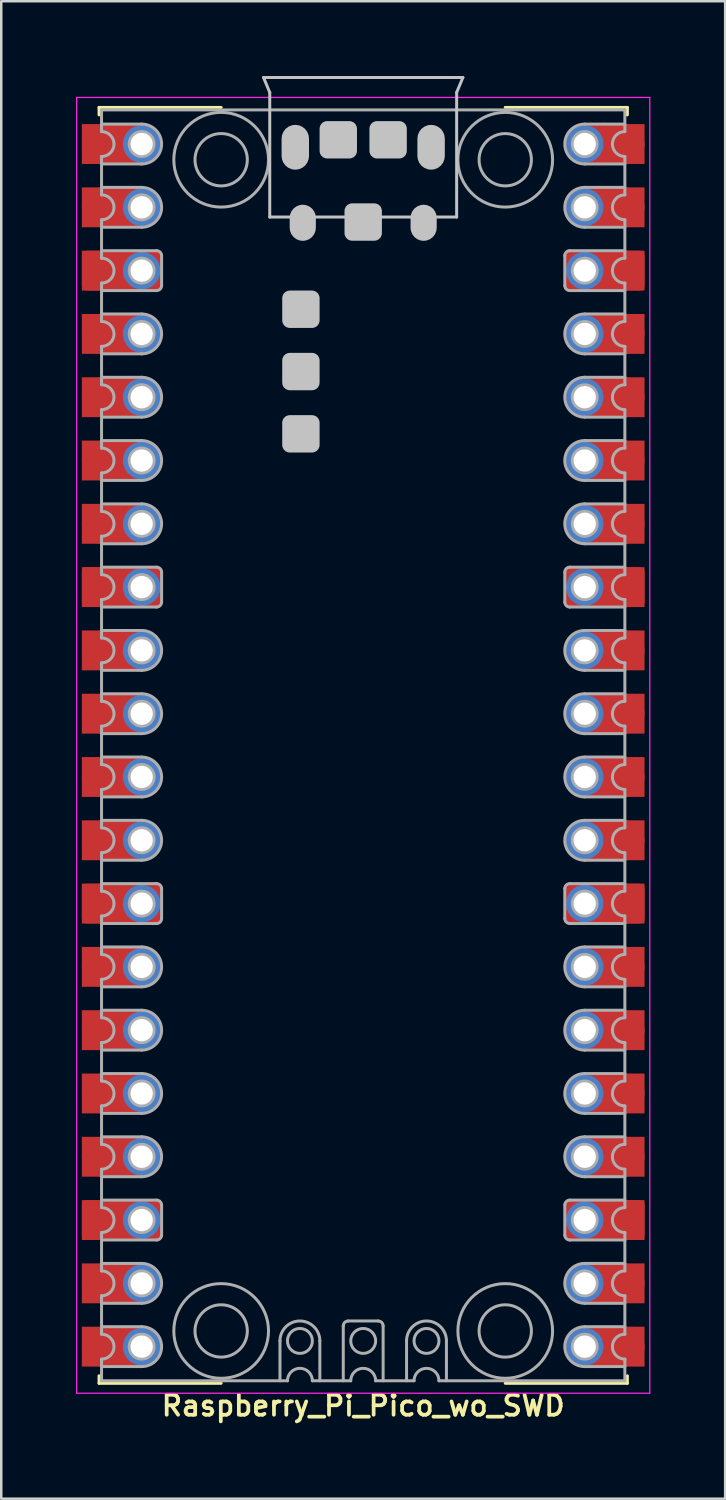
<source format=kicad_pcb>
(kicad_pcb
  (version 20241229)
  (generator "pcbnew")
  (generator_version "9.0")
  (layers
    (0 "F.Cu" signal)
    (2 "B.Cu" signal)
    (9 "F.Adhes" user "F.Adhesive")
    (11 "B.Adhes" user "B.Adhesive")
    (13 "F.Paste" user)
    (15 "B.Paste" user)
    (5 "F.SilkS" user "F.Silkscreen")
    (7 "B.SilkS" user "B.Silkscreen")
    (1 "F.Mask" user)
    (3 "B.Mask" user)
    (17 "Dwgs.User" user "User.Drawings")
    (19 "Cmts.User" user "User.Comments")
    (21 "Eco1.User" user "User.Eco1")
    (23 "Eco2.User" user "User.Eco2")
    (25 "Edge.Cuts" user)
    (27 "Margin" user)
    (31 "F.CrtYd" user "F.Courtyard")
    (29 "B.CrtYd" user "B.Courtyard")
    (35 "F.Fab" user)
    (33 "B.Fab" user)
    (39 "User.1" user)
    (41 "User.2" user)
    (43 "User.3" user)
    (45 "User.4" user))
  (footprint "Raspberry_Pi_Pico_wo_SWD"
    (layer "F.Cu")
    (at 11.525 26.86)
    (property "Reference" "Raspberry_Pi_Pico_wo_SWD" (at 0 26.5 0) (layer "F.SilkS") (effects (font (size 0.8 0.8) (thickness 0.15))))
    (attr through_hole)
    (fp_line (start -10.6 -25.6) (end -10.6 -25.3) (stroke (width 0.12) (type solid)) (layer "F.SilkS"))
    (fp_line (start -10.6 25.6) (end -10.6 25.3) (stroke (width 0.12) (type solid)) (layer "F.SilkS"))
    (fp_line (start -10.6 25.6) (end -5.7 25.6) (stroke (width 0.12) (type solid)) (layer "F.SilkS"))
    (fp_line (start -5.7 -25.6) (end -10.6 -25.6) (stroke (width 0.12) (type solid)) (layer "F.SilkS"))
    (fp_line (start 5.7 25.6) (end 10.6 25.6) (stroke (width 0.12) (type solid)) (layer "F.SilkS"))
    (fp_line (start 10.6 -25.6) (end 5.7 -25.6) (stroke (width 0.12) (type solid)) (layer "F.SilkS"))
    (fp_line (start 10.6 -25.6) (end 10.6 -25.3) (stroke (width 0.12) (type solid)) (layer "F.SilkS"))
    (fp_line (start 10.6 25.6) (end 10.6 25.3) (stroke (width 0.12) (type solid)) (layer "F.SilkS"))
    (fp_line (start -4 -26.8) (end -3.75 -26.2) (stroke (width 0.12) (type solid)) (layer "Dwgs.User"))
    (fp_line (start -4 -26.8) (end 4 -26.8) (stroke (width 0.12) (type solid)) (layer "Dwgs.User"))
    (fp_line (start -3.75 -26.2) (end -3.75 -21.2) (stroke (width 0.12) (type solid)) (layer "Dwgs.User"))
    (fp_line (start -3.75 -21.2) (end 3.75 -21.2) (stroke (width 0.12) (type solid)) (layer "Dwgs.User"))
    (fp_line (start 3.75 -26.2) (end 3.75 -21.2) (stroke (width 0.12) (type solid)) (layer "Dwgs.User"))
    (fp_line (start 4 -26.8) (end 3.75 -26.2) (stroke (width 0.12) (type solid)) (layer "Dwgs.User"))
    (fp_line (start -11.5 -26) (end 11.5 -26) (stroke (width 0.05) (type solid)) (layer "F.CrtYd"))
    (fp_line (start -11.5 26) (end -11.5 -26) (stroke (width 0.05) (type solid)) (layer "F.CrtYd"))
    (fp_line (start -11.5 26) (end 11.5 26) (stroke (width 0.05) (type solid)) (layer "F.CrtYd"))
    (fp_line (start 11.5 -26) (end 11.5 26) (stroke (width 0.05) (type solid)) (layer "F.CrtYd"))
    (fp_line (start -10.5 -25.5) (end -10.5 -24.63) (stroke (width 0.12) (type solid)) (layer "F.Fab"))
    (fp_line (start -10.5 -23.63) (end -10.5 -22.09) (stroke (width 0.12) (type solid)) (layer "F.Fab"))
    (fp_line (start -10.5 -21.09) (end -10.5 -19.55) (stroke (width 0.12) (type solid)) (layer "F.Fab"))
    (fp_line (start -10.5 -18.55) (end -10.5 -17.01) (stroke (width 0.12) (type solid)) (layer "F.Fab"))
    (fp_line (start -10.5 -16.01) (end -10.5 -14.47) (stroke (width 0.12) (type solid)) (layer "F.Fab"))
    (fp_line (start -10.5 -13.47) (end -10.5 -11.93) (stroke (width 0.12) (type solid)) (layer "F.Fab"))
    (fp_line (start -10.5 -10.93) (end -10.5 -9.39) (stroke (width 0.12) (type solid)) (layer "F.Fab"))
    (fp_line (start -10.5 -8.39) (end -10.5 -6.85) (stroke (width 0.12) (type solid)) (layer "F.Fab"))
    (fp_line (start -10.5 -5.85) (end -10.5 -4.31) (stroke (width 0.12) (type solid)) (layer "F.Fab"))
    (fp_line (start -10.5 -3.31) (end -10.5 -1.77) (stroke (width 0.12) (type solid)) (layer "F.Fab"))
    (fp_line (start -10.5 -0.77) (end -10.5 0.77) (stroke (width 0.12) (type solid)) (layer "F.Fab"))
    (fp_line (start -10.5 1.77) (end -10.5 3.31) (stroke (width 0.12) (type solid)) (layer "F.Fab"))
    (fp_line (start -10.5 4.31) (end -10.5 5.85) (stroke (width 0.12) (type solid)) (layer "F.Fab"))
    (fp_line (start -10.5 6.85) (end -10.5 8.39) (stroke (width 0.12) (type solid)) (layer "F.Fab"))
    (fp_line (start -10.5 9.39) (end -10.5 10.93) (stroke (width 0.12) (type solid)) (layer "F.Fab"))
    (fp_line (start -10.5 11.93) (end -10.5 13.47) (stroke (width 0.12) (type solid)) (layer "F.Fab"))
    (fp_line (start -10.5 14.47) (end -10.5 16.01) (stroke (width 0.12) (type solid)) (layer "F.Fab"))
    (fp_line (start -10.5 17.01) (end -10.5 18.55) (stroke (width 0.12) (type solid)) (layer "F.Fab"))
    (fp_line (start -10.5 19.55) (end -10.5 21.09) (stroke (width 0.12) (type solid)) (layer "F.Fab"))
    (fp_line (start -10.5 22.09) (end -10.5 23.63) (stroke (width 0.12) (type solid)) (layer "F.Fab"))
    (fp_line (start -10.5 24.63) (end -10.5 25.5) (stroke (width 0.12) (type solid)) (layer "F.Fab"))
    (fp_line (start -8.89 -24.93) (end -10.5 -24.93) (stroke (width 0.12) (type solid)) (layer "F.Fab"))
    (fp_line (start -8.89 -23.33) (end -10.5 -23.33) (stroke (width 0.12) (type solid)) (layer "F.Fab"))
    (fp_line (start -8.89 -22.39) (end -10.5 -22.39) (stroke (width 0.12) (type solid)) (layer "F.Fab"))
    (fp_line (start -8.89 -20.79) (end -10.5 -20.79) (stroke (width 0.12) (type solid)) (layer "F.Fab"))
    (fp_line (start -8.89 -17.31) (end -10.5 -17.31) (stroke (width 0.12) (type solid)) (layer "F.Fab"))
    (fp_line (start -8.89 -15.71) (end -10.5 -15.71) (stroke (width 0.12) (type solid)) (layer "F.Fab"))
    (fp_line (start -8.89 -14.77) (end -10.5 -14.77) (stroke (width 0.12) (type solid)) (layer "F.Fab"))
    (fp_line (start -8.89 -13.17) (end -10.5 -13.17) (stroke (width 0.12) (type solid)) (layer "F.Fab"))
    (fp_line (start -8.89 -12.23) (end -10.5 -12.23) (stroke (width 0.12) (type solid)) (layer "F.Fab"))
    (fp_line (start -8.89 -10.63) (end -10.5 -10.63) (stroke (width 0.12) (type solid)) (layer "F.Fab"))
    (fp_line (start -8.89 -9.69) (end -10.5 -9.69) (stroke (width 0.12) (type solid)) (layer "F.Fab"))
    (fp_line (start -8.89 -8.09) (end -10.5 -8.09) (stroke (width 0.12) (type solid)) (layer "F.Fab"))
    (fp_line (start -8.89 -4.61) (end -10.5 -4.61) (stroke (width 0.12) (type solid)) (layer "F.Fab"))
    (fp_line (start -8.89 -3.01) (end -10.5 -3.01) (stroke (width 0.12) (type solid)) (layer "F.Fab"))
    (fp_line (start -8.89 -2.07) (end -10.5 -2.07) (stroke (width 0.12) (type solid)) (layer "F.Fab"))
    (fp_line (start -8.89 -0.47) (end -10.5 -0.47) (stroke (width 0.12) (type solid)) (layer "F.Fab"))
    (fp_line (start -8.89 0.47) (end -10.5 0.47) (stroke (width 0.12) (type solid)) (layer "F.Fab"))
    (fp_line (start -8.89 2.07) (end -10.5 2.07) (stroke (width 0.12) (type solid)) (layer "F.Fab"))
    (fp_line (start -8.89 3.01) (end -10.5 3.01) (stroke (width 0.12) (type solid)) (layer "F.Fab"))
    (fp_line (start -8.89 4.61) (end -10.5 4.61) (stroke (width 0.12) (type solid)) (layer "F.Fab"))
    (fp_line (start -8.89 8.09) (end -10.5 8.09) (stroke (width 0.12) (type solid)) (layer "F.Fab"))
    (fp_line (start -8.89 9.69) (end -10.5 9.69) (stroke (width 0.12) (type solid)) (layer "F.Fab"))
    (fp_line (start -8.89 10.63) (end -10.5 10.63) (stroke (width 0.12) (type solid)) (layer "F.Fab"))
    (fp_line (start -8.89 12.23) (end -10.5 12.23) (stroke (width 0.12) (type solid)) (layer "F.Fab"))
    (fp_line (start -8.89 13.17) (end -10.5 13.17) (stroke (width 0.12) (type solid)) (layer "F.Fab"))
    (fp_line (start -8.89 14.77) (end -10.5 14.77) (stroke (width 0.12) (type solid)) (layer "F.Fab"))
    (fp_line (start -8.89 15.71) (end -10.5 15.71) (stroke (width 0.12) (type solid)) (layer "F.Fab"))
    (fp_line (start -8.89 17.31) (end -10.5 17.31) (stroke (width 0.12) (type solid)) (layer "F.Fab"))
    (fp_line (start -8.89 20.79) (end -10.5 20.79) (stroke (width 0.12) (type solid)) (layer "F.Fab"))
    (fp_line (start -8.89 22.39) (end -10.5 22.39) (stroke (width 0.12) (type solid)) (layer "F.Fab"))
    (fp_line (start -8.89 23.33) (end -10.5 23.33) (stroke (width 0.12) (type solid)) (layer "F.Fab"))
    (fp_line (start -8.89 24.93) (end -10.5 24.93) (stroke (width 0.12) (type solid)) (layer "F.Fab"))
    (fp_line (start -8.29 -19.85) (end -10.5 -19.85) (stroke (width 0.12) (type solid)) (layer "F.Fab"))
    (fp_line (start -8.29 -18.25) (end -10.5 -18.25) (stroke (width 0.12) (type solid)) (layer "F.Fab"))
    (fp_line (start -8.29 -7.15) (end -10.5 -7.15) (stroke (width 0.12) (type solid)) (layer "F.Fab"))
    (fp_line (start -8.29 -5.55) (end -10.5 -5.55) (stroke (width 0.12) (type solid)) (layer "F.Fab"))
    (fp_line (start -8.29 5.55) (end -10.5 5.55) (stroke (width 0.12) (type solid)) (layer "F.Fab"))
    (fp_line (start -8.29 7.15) (end -10.5 7.15) (stroke (width 0.12) (type solid)) (layer "F.Fab"))
    (fp_line (start -8.29 18.25) (end -10.5 18.25) (stroke (width 0.12) (type solid)) (layer "F.Fab"))
    (fp_line (start -8.29 19.85) (end -10.5 19.85) (stroke (width 0.12) (type solid)) (layer "F.Fab"))
    (fp_line (start -8.09 -19.65) (end -8.09 -18.45) (stroke (width 0.12) (type solid)) (layer "F.Fab"))
    (fp_line (start -8.09 -6.95) (end -8.09 -5.75) (stroke (width 0.12) (type solid)) (layer "F.Fab"))
    (fp_line (start -8.09 5.75) (end -8.09 6.95) (stroke (width 0.12) (type solid)) (layer "F.Fab"))
    (fp_line (start -8.09 18.45) (end -8.09 19.65) (stroke (width 0.12) (type solid)) (layer "F.Fab"))
    (fp_line (start -3.34 23.9) (end -3.34 25.5) (stroke (width 0.12) (type solid)) (layer "F.Fab"))
    (fp_line (start -3.04 25.5) (end -10.5 25.5) (stroke (width 0.12) (type solid)) (layer "F.Fab"))
    (fp_line (start -1.74 23.9) (end -1.74 25.5) (stroke (width 0.12) (type solid)) (layer "F.Fab"))
    (fp_line (start -0.8 23.3) (end -0.8 25.5) (stroke (width 0.12) (type solid)) (layer "F.Fab"))
    (fp_line (start -0.6 23.1) (end 0.6 23.1) (stroke (width 0.12) (type solid)) (layer "F.Fab"))
    (fp_line (start -0.5 25.5) (end -2.04 25.5) (stroke (width 0.12) (type solid)) (layer "F.Fab"))
    (fp_line (start 0.8 23.3) (end 0.8 25.5) (stroke (width 0.12) (type solid)) (layer "F.Fab"))
    (fp_line (start 1.74 23.9) (end 1.74 25.5) (stroke (width 0.12) (type solid)) (layer "F.Fab"))
    (fp_line (start 2.04 25.5) (end 0.5 25.5) (stroke (width 0.12) (type solid)) (layer "F.Fab"))
    (fp_line (start 3.34 23.9) (end 3.34 25.5) (stroke (width 0.12) (type solid)) (layer "F.Fab"))
    (fp_line (start 8.09 -18.45) (end 8.09 -19.65) (stroke (width 0.12) (type solid)) (layer "F.Fab"))
    (fp_line (start 8.09 -5.75) (end 8.09 -6.95) (stroke (width 0.12) (type solid)) (layer "F.Fab"))
    (fp_line (start 8.09 6.95) (end 8.09 5.75) (stroke (width 0.12) (type solid)) (layer "F.Fab"))
    (fp_line (start 8.09 19.65) (end 8.09 18.45) (stroke (width 0.12) (type solid)) (layer "F.Fab"))
    (fp_line (start 8.29 -19.85) (end 10.5 -19.85) (stroke (width 0.12) (type solid)) (layer "F.Fab"))
    (fp_line (start 8.29 -18.25) (end 10.5 -18.25) (stroke (width 0.12) (type solid)) (layer "F.Fab"))
    (fp_line (start 8.29 -7.15) (end 10.5 -7.15) (stroke (width 0.12) (type solid)) (layer "F.Fab"))
    (fp_line (start 8.29 -5.55) (end 10.5 -5.55) (stroke (width 0.12) (type solid)) (layer "F.Fab"))
    (fp_line (start 8.29 5.55) (end 10.5 5.55) (stroke (width 0.12) (type solid)) (layer "F.Fab"))
    (fp_line (start 8.29 7.15) (end 10.5 7.15) (stroke (width 0.12) (type solid)) (layer "F.Fab"))
    (fp_line (start 8.29 18.25) (end 10.5 18.25) (stroke (width 0.12) (type solid)) (layer "F.Fab"))
    (fp_line (start 8.29 19.85) (end 10.5 19.85) (stroke (width 0.12) (type solid)) (layer "F.Fab"))
    (fp_line (start 8.89 -24.93) (end 10.5 -24.93) (stroke (width 0.12) (type solid)) (layer "F.Fab"))
    (fp_line (start 8.89 -23.33) (end 10.5 -23.33) (stroke (width 0.12) (type solid)) (layer "F.Fab"))
    (fp_line (start 8.89 -22.39) (end 10.5 -22.39) (stroke (width 0.12) (type solid)) (layer "F.Fab"))
    (fp_line (start 8.89 -20.79) (end 10.5 -20.79) (stroke (width 0.12) (type solid)) (layer "F.Fab"))
    (fp_line (start 8.89 -17.31) (end 10.5 -17.31) (stroke (width 0.12) (type solid)) (layer "F.Fab"))
    (fp_line (start 8.89 -15.71) (end 10.5 -15.71) (stroke (width 0.12) (type solid)) (layer "F.Fab"))
    (fp_line (start 8.89 -14.77) (end 10.5 -14.77) (stroke (width 0.12) (type solid)) (layer "F.Fab"))
    (fp_line (start 8.89 -13.17) (end 10.5 -13.17) (stroke (width 0.12) (type solid)) (layer "F.Fab"))
    (fp_line (start 8.89 -12.23) (end 10.5 -12.23) (stroke (width 0.12) (type solid)) (layer "F.Fab"))
    (fp_line (start 8.89 -10.63) (end 10.5 -10.63) (stroke (width 0.12) (type solid)) (layer "F.Fab"))
    (fp_line (start 8.89 -9.69) (end 10.5 -9.69) (stroke (width 0.12) (type solid)) (layer "F.Fab"))
    (fp_line (start 8.89 -8.09) (end 10.5 -8.09) (stroke (width 0.12) (type solid)) (layer "F.Fab"))
    (fp_line (start 8.89 -4.61) (end 10.5 -4.61) (stroke (width 0.12) (type solid)) (layer "F.Fab"))
    (fp_line (start 8.89 -3.01) (end 10.5 -3.01) (stroke (width 0.12) (type solid)) (layer "F.Fab"))
    (fp_line (start 8.89 -2.07) (end 10.5 -2.07) (stroke (width 0.12) (type solid)) (layer "F.Fab"))
    (fp_line (start 8.89 -0.47) (end 10.5 -0.47) (stroke (width 0.12) (type solid)) (layer "F.Fab"))
    (fp_line (start 8.89 0.47) (end 10.5 0.47) (stroke (width 0.12) (type solid)) (layer "F.Fab"))
    (fp_line (start 8.89 2.07) (end 10.5 2.07) (stroke (width 0.12) (type solid)) (layer "F.Fab"))
    (fp_line (start 8.89 3.01) (end 10.5 3.01) (stroke (width 0.12) (type solid)) (layer "F.Fab"))
    (fp_line (start 8.89 4.61) (end 10.5 4.61) (stroke (width 0.12) (type solid)) (layer "F.Fab"))
    (fp_line (start 8.89 8.09) (end 10.5 8.09) (stroke (width 0.12) (type solid)) (layer "F.Fab"))
    (fp_line (start 8.89 9.69) (end 10.5 9.69) (stroke (width 0.12) (type solid)) (layer "F.Fab"))
    (fp_line (start 8.89 10.63) (end 10.5 10.63) (stroke (width 0.12) (type solid)) (layer "F.Fab"))
    (fp_line (start 8.89 12.23) (end 10.5 12.23) (stroke (width 0.12) (type solid)) (layer "F.Fab"))
    (fp_line (start 8.89 13.17) (end 10.5 13.17) (stroke (width 0.12) (type solid)) (layer "F.Fab"))
    (fp_line (start 8.89 14.77) (end 10.5 14.77) (stroke (width 0.12) (type solid)) (layer "F.Fab"))
    (fp_line (start 8.89 15.71) (end 10.5 15.71) (stroke (width 0.12) (type solid)) (layer "F.Fab"))
    (fp_line (start 8.89 17.31) (end 10.5 17.31) (stroke (width 0.12) (type solid)) (layer "F.Fab"))
    (fp_line (start 8.89 20.79) (end 10.5 20.79) (stroke (width 0.12) (type solid)) (layer "F.Fab"))
    (fp_line (start 8.89 22.39) (end 10.5 22.39) (stroke (width 0.12) (type solid)) (layer "F.Fab"))
    (fp_line (start 8.89 23.33) (end 10.5 23.33) (stroke (width 0.12) (type solid)) (layer "F.Fab"))
    (fp_line (start 8.89 24.93) (end 10.5 24.93) (stroke (width 0.12) (type solid)) (layer "F.Fab"))
    (fp_line (start 10.5 -25.5) (end -10.5 -25.5) (stroke (width 0.12) (type solid)) (layer "F.Fab"))
    (fp_line (start 10.5 -25.5) (end 10.5 -24.63) (stroke (width 0.12) (type solid)) (layer "F.Fab"))
    (fp_line (start 10.5 -23.63) (end 10.5 -22.09) (stroke (width 0.12) (type solid)) (layer "F.Fab"))
    (fp_line (start 10.5 -21.09) (end 10.5 -19.55) (stroke (width 0.12) (type solid)) (layer "F.Fab"))
    (fp_line (start 10.5 -18.55) (end 10.5 -17.01) (stroke (width 0.12) (type solid)) (layer "F.Fab"))
    (fp_line (start 10.5 -16.01) (end 10.5 -14.47) (stroke (width 0.12) (type solid)) (layer "F.Fab"))
    (fp_line (start 10.5 -13.47) (end 10.5 -11.93) (stroke (width 0.12) (type solid)) (layer "F.Fab"))
    (fp_line (start 10.5 -10.93) (end 10.5 -9.39) (stroke (width 0.12) (type solid)) (layer "F.Fab"))
    (fp_line (start 10.5 -8.39) (end 10.5 -6.85) (stroke (width 0.12) (type solid)) (layer "F.Fab"))
    (fp_line (start 10.5 -5.85) (end 10.5 -4.31) (stroke (width 0.12) (type solid)) (layer "F.Fab"))
    (fp_line (start 10.5 -3.31) (end 10.5 -1.77) (stroke (width 0.12) (type solid)) (layer "F.Fab"))
    (fp_line (start 10.5 -0.77) (end 10.5 0.77) (stroke (width 0.12) (type solid)) (layer "F.Fab"))
    (fp_line (start 10.5 1.77) (end 10.5 3.31) (stroke (width 0.12) (type solid)) (layer "F.Fab"))
    (fp_line (start 10.5 4.31) (end 10.5 5.85) (stroke (width 0.12) (type solid)) (layer "F.Fab"))
    (fp_line (start 10.5 6.85) (end 10.5 8.39) (stroke (width 0.12) (type solid)) (layer "F.Fab"))
    (fp_line (start 10.5 9.39) (end 10.5 10.93) (stroke (width 0.12) (type solid)) (layer "F.Fab"))
    (fp_line (start 10.5 11.93) (end 10.5 13.47) (stroke (width 0.12) (type solid)) (layer "F.Fab"))
    (fp_line (start 10.5 14.47) (end 10.5 16.01) (stroke (width 0.12) (type solid)) (layer "F.Fab"))
    (fp_line (start 10.5 17.01) (end 10.5 18.55) (stroke (width 0.12) (type solid)) (layer "F.Fab"))
    (fp_line (start 10.5 19.55) (end 10.5 21.09) (stroke (width 0.12) (type solid)) (layer "F.Fab"))
    (fp_line (start 10.5 22.09) (end 10.5 23.63) (stroke (width 0.12) (type solid)) (layer "F.Fab"))
    (fp_line (start 10.5 25.5) (end 3.04 25.5) (stroke (width 0.12) (type solid)) (layer "F.Fab"))
    (fp_line (start 10.5 25.5) (end 10.5 24.63) (stroke (width 0.12) (type solid)) (layer "F.Fab"))
    (fp_arc (start -10.5 -24.63) (mid -10 -24.13) (end -10.5 -23.63) (stroke (width 0.12) (type solid)) (layer "F.Fab"))
    (fp_arc (start -10.5 -22.09) (mid -10 -21.59) (end -10.5 -21.09) (stroke (width 0.12) (type solid)) (layer "F.Fab"))
    (fp_arc (start -10.5 -19.55) (mid -10 -19.05) (end -10.5 -18.55) (stroke (width 0.12) (type solid)) (layer "F.Fab"))
    (fp_arc (start -10.5 -17.01) (mid -10 -16.51) (end -10.5 -16.01) (stroke (width 0.12) (type solid)) (layer "F.Fab"))
    (fp_arc (start -10.5 -14.47) (mid -10 -13.97) (end -10.5 -13.47) (stroke (width 0.12) (type solid)) (layer "F.Fab"))
    (fp_arc (start -10.5 -11.93) (mid -10 -11.43) (end -10.5 -10.93) (stroke (width 0.12) (type solid)) (layer "F.Fab"))
    (fp_arc (start -10.5 -9.39) (mid -10 -8.89) (end -10.5 -8.39) (stroke (width 0.12) (type solid)) (layer "F.Fab"))
    (fp_arc (start -10.5 -6.85) (mid -10 -6.35) (end -10.5 -5.85) (stroke (width 0.12) (type solid)) (layer "F.Fab"))
    (fp_arc (start -10.5 -4.31) (mid -10 -3.81) (end -10.5 -3.31) (stroke (width 0.12) (type solid)) (layer "F.Fab"))
    (fp_arc (start -10.5 -1.77) (mid -10 -1.27) (end -10.5 -0.77) (stroke (width 0.12) (type solid)) (layer "F.Fab"))
    (fp_arc (start -10.5 0.77) (mid -10 1.27) (end -10.5 1.77) (stroke (width 0.12) (type solid)) (layer "F.Fab"))
    (fp_arc (start -10.5 3.31) (mid -10 3.81) (end -10.5 4.31) (stroke (width 0.12) (type solid)) (layer "F.Fab"))
    (fp_arc (start -10.5 5.85) (mid -10 6.35) (end -10.5 6.85) (stroke (width 0.12) (type solid)) (layer "F.Fab"))
    (fp_arc (start -10.5 8.39) (mid -10 8.89) (end -10.5 9.39) (stroke (width 0.12) (type solid)) (layer "F.Fab"))
    (fp_arc (start -10.5 10.93) (mid -10 11.43) (end -10.5 11.93) (stroke (width 0.12) (type solid)) (layer "F.Fab"))
    (fp_arc (start -10.5 13.47) (mid -10 13.97) (end -10.5 14.47) (stroke (width 0.12) (type solid)) (layer "F.Fab"))
    (fp_arc (start -10.5 16.01) (mid -10 16.51) (end -10.5 17.01) (stroke (width 0.12) (type solid)) (layer "F.Fab"))
    (fp_arc (start -10.5 18.55) (mid -10 19.05) (end -10.5 19.55) (stroke (width 0.12) (type solid)) (layer "F.Fab"))
    (fp_arc (start -10.5 21.09) (mid -10 21.59) (end -10.5 22.09) (stroke (width 0.12) (type solid)) (layer "F.Fab"))
    (fp_arc (start -10.5 23.63) (mid -10 24.13) (end -10.5 24.63) (stroke (width 0.12) (type solid)) (layer "F.Fab"))
    (fp_arc (start -8.89 -24.93) (mid -8.09 -24.13) (end -8.89 -23.33) (stroke (width 0.12) (type solid)) (layer "F.Fab"))
    (fp_arc (start -8.89 -22.39) (mid -8.09 -21.59) (end -8.89 -20.79) (stroke (width 0.12) (type solid)) (layer "F.Fab"))
    (fp_arc (start -8.89 -17.31) (mid -8.09 -16.51) (end -8.89 -15.71) (stroke (width 0.12) (type solid)) (layer "F.Fab"))
    (fp_arc (start -8.89 -14.77) (mid -8.09 -13.97) (end -8.89 -13.17) (stroke (width 0.12) (type solid)) (layer "F.Fab"))
    (fp_arc (start -8.89 -12.23) (mid -8.09 -11.43) (end -8.89 -10.63) (stroke (width 0.12) (type solid)) (layer "F.Fab"))
    (fp_arc (start -8.89 -9.69) (mid -8.09 -8.89) (end -8.89 -8.09) (stroke (width 0.12) (type solid)) (layer "F.Fab"))
    (fp_arc (start -8.89 -4.61) (mid -8.09 -3.81) (end -8.89 -3.01) (stroke (width 0.12) (type solid)) (layer "F.Fab"))
    (fp_arc (start -8.89 -2.07) (mid -8.09 -1.27) (end -8.89 -0.47) (stroke (width 0.12) (type solid)) (layer "F.Fab"))
    (fp_arc (start -8.89 0.47) (mid -8.09 1.27) (end -8.89 2.07) (stroke (width 0.12) (type solid)) (layer "F.Fab"))
    (fp_arc (start -8.89 3.01) (mid -8.09 3.81) (end -8.89 4.61) (stroke (width 0.12) (type solid)) (layer "F.Fab"))
    (fp_arc (start -8.89 8.09) (mid -8.09 8.89) (end -8.89 9.69) (stroke (width 0.12) (type solid)) (layer "F.Fab"))
    (fp_arc (start -8.89 10.63) (mid -8.09 11.43) (end -8.89 12.23) (stroke (width 0.12) (type solid)) (layer "F.Fab"))
    (fp_arc (start -8.89 13.17) (mid -8.09 13.97) (end -8.89 14.77) (stroke (width 0.12) (type solid)) (layer "F.Fab"))
    (fp_arc (start -8.89 15.71) (mid -8.09 16.51) (end -8.89 17.31) (stroke (width 0.12) (type solid)) (layer "F.Fab"))
    (fp_arc (start -8.89 20.79) (mid -8.09 21.59) (end -8.89 22.39) (stroke (width 0.12) (type solid)) (layer "F.Fab"))
    (fp_arc (start -8.89 23.33) (mid -8.09 24.13) (end -8.89 24.93) (stroke (width 0.12) (type solid)) (layer "F.Fab"))
    (fp_arc (start -8.29 -19.85) (mid -8.148579 -19.791421) (end -8.09 -19.65) (stroke (width 0.12) (type solid)) (layer "F.Fab"))
    (fp_arc (start -8.29 -7.15) (mid -8.148579 -7.091421) (end -8.09 -6.95) (stroke (width 0.12) (type solid)) (layer "F.Fab"))
    (fp_arc (start -8.29 5.55) (mid -8.148579 5.608579) (end -8.09 5.75) (stroke (width 0.12) (type solid)) (layer "F.Fab"))
    (fp_arc (start -8.29 18.25) (mid -8.148579 18.308579) (end -8.09 18.45) (stroke (width 0.12) (type solid)) (layer "F.Fab"))
    (fp_arc (start -8.09 -18.45) (mid -8.148579 -18.308579) (end -8.29 -18.25) (stroke (width 0.12) (type solid)) (layer "F.Fab"))
    (fp_arc (start -8.09 -5.75) (mid -8.148579 -5.608579) (end -8.29 -5.55) (stroke (width 0.12) (type solid)) (layer "F.Fab"))
    (fp_arc (start -8.09 6.95) (mid -8.148579 7.091421) (end -8.29 7.15) (stroke (width 0.12) (type solid)) (layer "F.Fab"))
    (fp_arc (start -8.09 19.65) (mid -8.148579 19.791421) (end -8.29 19.85) (stroke (width 0.12) (type solid)) (layer "F.Fab"))
    (fp_arc (start -3.34 23.9) (mid -2.54 23.1) (end -1.74 23.9) (stroke (width 0.12) (type solid)) (layer "F.Fab"))
    (fp_arc (start -3.04 25.5) (mid -2.54 25) (end -2.04 25.5) (stroke (width 0.12) (type solid)) (layer "F.Fab"))
    (fp_arc (start -0.8 23.3) (mid -0.741421 23.158579) (end -0.6 23.1) (stroke (width 0.12) (type solid)) (layer "F.Fab"))
    (fp_arc (start -0.5 25.5) (mid 0 25) (end 0.5 25.5) (stroke (width 0.12) (type solid)) (layer "F.Fab"))
    (fp_arc (start 0.6 23.1) (mid 0.741421 23.158579) (end 0.8 23.3) (stroke (width 0.12) (type solid)) (layer "F.Fab"))
    (fp_arc (start 1.74 23.9) (mid 2.54 23.1) (end 3.34 23.9) (stroke (width 0.12) (type solid)) (layer "F.Fab"))
    (fp_arc (start 2.04 25.5) (mid 2.54 25) (end 3.04 25.5) (stroke (width 0.12) (type solid)) (layer "F.Fab"))
    (fp_arc (start 8.09 -19.65) (mid 8.148579 -19.791421) (end 8.29 -19.85) (stroke (width 0.12) (type solid)) (layer "F.Fab"))
    (fp_arc (start 8.09 -6.95) (mid 8.148579 -7.091421) (end 8.29 -7.15) (stroke (width 0.12) (type solid)) (layer "F.Fab"))
    (fp_arc (start 8.09 5.75) (mid 8.148579 5.608579) (end 8.29 5.55) (stroke (width 0.12) (type solid)) (layer "F.Fab"))
    (fp_arc (start 8.09 18.45) (mid 8.148579 18.308579) (end 8.29 18.25) (stroke (width 0.12) (type solid)) (layer "F.Fab"))
    (fp_arc (start 8.29 -18.25) (mid 8.148579 -18.308579) (end 8.09 -18.45) (stroke (width 0.12) (type solid)) (layer "F.Fab"))
    (fp_arc (start 8.29 -5.55) (mid 8.148579 -5.608579) (end 8.09 -5.75) (stroke (width 0.12) (type solid)) (layer "F.Fab"))
    (fp_arc (start 8.29 7.15) (mid 8.148579 7.091421) (end 8.09 6.95) (stroke (width 0.12) (type solid)) (layer "F.Fab"))
    (fp_arc (start 8.29 19.85) (mid 8.148579 19.791421) (end 8.09 19.65) (stroke (width 0.12) (type solid)) (layer "F.Fab"))
    (fp_arc (start 8.89 -23.33) (mid 8.09 -24.13) (end 8.89 -24.93) (stroke (width 0.12) (type solid)) (layer "F.Fab"))
    (fp_arc (start 8.89 -20.79) (mid 8.09 -21.59) (end 8.89 -22.39) (stroke (width 0.12) (type solid)) (layer "F.Fab"))
    (fp_arc (start 8.89 -15.71) (mid 8.09 -16.51) (end 8.89 -17.31) (stroke (width 0.12) (type solid)) (layer "F.Fab"))
    (fp_arc (start 8.89 -13.17) (mid 8.09 -13.97) (end 8.89 -14.77) (stroke (width 0.12) (type solid)) (layer "F.Fab"))
    (fp_arc (start 8.89 -10.63) (mid 8.09 -11.43) (end 8.89 -12.23) (stroke (width 0.12) (type solid)) (layer "F.Fab"))
    (fp_arc (start 8.89 -8.09) (mid 8.09 -8.89) (end 8.89 -9.69) (stroke (width 0.12) (type solid)) (layer "F.Fab"))
    (fp_arc (start 8.89 -3.01) (mid 8.09 -3.81) (end 8.89 -4.61) (stroke (width 0.12) (type solid)) (layer "F.Fab"))
    (fp_arc (start 8.89 -0.47) (mid 8.09 -1.27) (end 8.89 -2.07) (stroke (width 0.12) (type solid)) (layer "F.Fab"))
    (fp_arc (start 8.89 2.07) (mid 8.09 1.27) (end 8.89 0.47) (stroke (width 0.12) (type solid)) (layer "F.Fab"))
    (fp_arc (start 8.89 4.61) (mid 8.09 3.81) (end 8.89 3.01) (stroke (width 0.12) (type solid)) (layer "F.Fab"))
    (fp_arc (start 8.89 9.69) (mid 8.09 8.89) (end 8.89 8.09) (stroke (width 0.12) (type solid)) (layer "F.Fab"))
    (fp_arc (start 8.89 12.23) (mid 8.09 11.43) (end 8.89 10.63) (stroke (width 0.12) (type solid)) (layer "F.Fab"))
    (fp_arc (start 8.89 14.77) (mid 8.09 13.97) (end 8.89 13.17) (stroke (width 0.12) (type solid)) (layer "F.Fab"))
    (fp_arc (start 8.89 17.31) (mid 8.09 16.51) (end 8.89 15.71) (stroke (width 0.12) (type solid)) (layer "F.Fab"))
    (fp_arc (start 8.89 22.39) (mid 8.09 21.59) (end 8.89 20.79) (stroke (width 0.12) (type solid)) (layer "F.Fab"))
    (fp_arc (start 8.89 24.93) (mid 8.09 24.13) (end 8.89 23.33) (stroke (width 0.12) (type solid)) (layer "F.Fab"))
    (fp_arc (start 10.5 -23.63) (mid 10 -24.13) (end 10.5 -24.63) (stroke (width 0.12) (type solid)) (layer "F.Fab"))
    (fp_arc (start 10.5 -21.09) (mid 10 -21.59) (end 10.5 -22.09) (stroke (width 0.12) (type solid)) (layer "F.Fab"))
    (fp_arc (start 10.5 -18.55) (mid 10 -19.05) (end 10.5 -19.55) (stroke (width 0.12) (type solid)) (layer "F.Fab"))
    (fp_arc (start 10.5 -16.01) (mid 10 -16.51) (end 10.5 -17.01) (stroke (width 0.12) (type solid)) (layer "F.Fab"))
    (fp_arc (start 10.5 -13.47) (mid 10 -13.97) (end 10.5 -14.47) (stroke (width 0.12) (type solid)) (layer "F.Fab"))
    (fp_arc (start 10.5 -10.93) (mid 10 -11.43) (end 10.5 -11.93) (stroke (width 0.12) (type solid)) (layer "F.Fab"))
    (fp_arc (start 10.5 -8.39) (mid 10 -8.89) (end 10.5 -9.39) (stroke (width 0.12) (type solid)) (layer "F.Fab"))
    (fp_arc (start 10.5 -5.85) (mid 10 -6.35) (end 10.5 -6.85) (stroke (width 0.12) (type solid)) (layer "F.Fab"))
    (fp_arc (start 10.5 -3.31) (mid 10 -3.81) (end 10.5 -4.31) (stroke (width 0.12) (type solid)) (layer "F.Fab"))
    (fp_arc (start 10.5 -0.77) (mid 10 -1.27) (end 10.5 -1.77) (stroke (width 0.12) (type solid)) (layer "F.Fab"))
    (fp_arc (start 10.5 1.77) (mid 10 1.27) (end 10.5 0.77) (stroke (width 0.12) (type solid)) (layer "F.Fab"))
    (fp_arc (start 10.5 4.31) (mid 10 3.81) (end 10.5 3.31) (stroke (width 0.12) (type solid)) (layer "F.Fab"))
    (fp_arc (start 10.5 6.85) (mid 10 6.35) (end 10.5 5.85) (stroke (width 0.12) (type solid)) (layer "F.Fab"))
    (fp_arc (start 10.5 9.39) (mid 10 8.89) (end 10.5 8.39) (stroke (width 0.12) (type solid)) (layer "F.Fab"))
    (fp_arc (start 10.5 11.93) (mid 10 11.43) (end 10.5 10.93) (stroke (width 0.12) (type solid)) (layer "F.Fab"))
    (fp_arc (start 10.5 14.47) (mid 10 13.97) (end 10.5 13.47) (stroke (width 0.12) (type solid)) (layer "F.Fab"))
    (fp_arc (start 10.5 17.01) (mid 10 16.51) (end 10.5 16.01) (stroke (width 0.12) (type solid)) (layer "F.Fab"))
    (fp_arc (start 10.5 19.55) (mid 10 19.05) (end 10.5 18.55) (stroke (width 0.12) (type solid)) (layer "F.Fab"))
    (fp_arc (start 10.5 22.09) (mid 10 21.59) (end 10.5 21.09) (stroke (width 0.12) (type solid)) (layer "F.Fab"))
    (fp_arc (start 10.5 24.63) (mid 10 24.13) (end 10.5 23.63) (stroke (width 0.12) (type solid)) (layer "F.Fab"))
    (fp_circle (center -8.89 -24.13) (end -8.39 -24.13) (stroke (width 0.12) (type solid)) (fill no) (layer "F.Fab"))
    (fp_circle (center -8.89 -21.59) (end -8.39 -21.59) (stroke (width 0.12) (type solid)) (fill no) (layer "F.Fab"))
    (fp_circle (center -8.89 -19.05) (end -8.39 -19.05) (stroke (width 0.12) (type solid)) (fill no) (layer "F.Fab"))
    (fp_circle (center -8.89 -16.51) (end -8.39 -16.51) (stroke (width 0.12) (type solid)) (fill no) (layer "F.Fab"))
    (fp_circle (center -8.89 -13.97) (end -8.39 -13.97) (stroke (width 0.12) (type solid)) (fill no) (layer "F.Fab"))
    (fp_circle (center -8.89 -11.43) (end -8.39 -11.43) (stroke (width 0.12) (type solid)) (fill no) (layer "F.Fab"))
    (fp_circle (center -8.89 -8.89) (end -8.39 -8.89) (stroke (width 0.12) (type solid)) (fill no) (layer "F.Fab"))
    (fp_circle (center -8.89 -6.35) (end -8.39 -6.35) (stroke (width 0.12) (type solid)) (fill no) (layer "F.Fab"))
    (fp_circle (center -8.89 -3.81) (end -8.39 -3.81) (stroke (width 0.12) (type solid)) (fill no) (layer "F.Fab"))
    (fp_circle (center -8.89 -1.27) (end -8.39 -1.27) (stroke (width 0.12) (type solid)) (fill no) (layer "F.Fab"))
    (fp_circle (center -8.89 1.27) (end -8.39 1.27) (stroke (width 0.12) (type solid)) (fill no) (layer "F.Fab"))
    (fp_circle (center -8.89 3.81) (end -8.39 3.81) (stroke (width 0.12) (type solid)) (fill no) (layer "F.Fab"))
    (fp_circle (center -8.89 6.35) (end -8.39 6.35) (stroke (width 0.12) (type solid)) (fill no) (layer "F.Fab"))
    (fp_circle (center -8.89 8.89) (end -8.39 8.89) (stroke (width 0.12) (type solid)) (fill no) (layer "F.Fab"))
    (fp_circle (center -8.89 11.43) (end -8.39 11.43) (stroke (width 0.12) (type solid)) (fill no) (layer "F.Fab"))
    (fp_circle (center -8.89 13.97) (end -8.39 13.97) (stroke (width 0.12) (type solid)) (fill no) (layer "F.Fab"))
    (fp_circle (center -8.89 16.51) (end -8.39 16.51) (stroke (width 0.12) (type solid)) (fill no) (layer "F.Fab"))
    (fp_circle (center -8.89 19.05) (end -8.39 19.05) (stroke (width 0.12) (type solid)) (fill no) (layer "F.Fab"))
    (fp_circle (center -8.89 21.59) (end -8.39 21.59) (stroke (width 0.12) (type solid)) (fill no) (layer "F.Fab"))
    (fp_circle (center -8.89 24.13) (end -8.39 24.13) (stroke (width 0.12) (type solid)) (fill no) (layer "F.Fab"))
    (fp_circle (center -5.7 -23.5) (end -4.65 -23.5) (stroke (width 0.12) (type solid)) (fill no) (layer "F.Fab"))
    (fp_circle (center -5.7 -23.5) (end -3.8 -23.5) (stroke (width 0.12) (type solid)) (fill no) (layer "F.Fab"))
    (fp_circle (center -5.7 23.5) (end -4.65 23.5) (stroke (width 0.12) (type solid)) (fill no) (layer "F.Fab"))
    (fp_circle (center -5.7 23.5) (end -3.8 23.5) (stroke (width 0.12) (type solid)) (fill no) (layer "F.Fab"))
    (fp_circle (center -2.54 23.9) (end -2.04 23.9) (stroke (width 0.12) (type solid)) (fill no) (layer "F.Fab"))
    (fp_circle (center 0 23.9) (end 0.5 23.9) (stroke (width 0.12) (type solid)) (fill no) (layer "F.Fab"))
    (fp_circle (center 2.54 23.9) (end 3.04 23.9) (stroke (width 0.12) (type solid)) (fill no) (layer "F.Fab"))
    (fp_circle (center 5.7 -23.5) (end 6.75 -23.5) (stroke (width 0.12) (type solid)) (fill no) (layer "F.Fab"))
    (fp_circle (center 5.7 -23.5) (end 7.6 -23.5) (stroke (width 0.12) (type solid)) (fill no) (layer "F.Fab"))
    (fp_circle (center 5.7 23.5) (end 6.75 23.5) (stroke (width 0.12) (type solid)) (fill no) (layer "F.Fab"))
    (fp_circle (center 5.7 23.5) (end 7.6 23.5) (stroke (width 0.12) (type solid)) (fill no) (layer "F.Fab"))
    (fp_circle (center 8.89 -24.13) (end 9.39 -24.13) (stroke (width 0.12) (type solid)) (fill no) (layer "F.Fab"))
    (fp_circle (center 8.89 -21.59) (end 9.39 -21.59) (stroke (width 0.12) (type solid)) (fill no) (layer "F.Fab"))
    (fp_circle (center 8.89 -19.05) (end 9.39 -19.05) (stroke (width 0.12) (type solid)) (fill no) (layer "F.Fab"))
    (fp_circle (center 8.89 -16.51) (end 9.39 -16.51) (stroke (width 0.12) (type solid)) (fill no) (layer "F.Fab"))
    (fp_circle (center 8.89 -13.97) (end 9.39 -13.97) (stroke (width 0.12) (type solid)) (fill no) (layer "F.Fab"))
    (fp_circle (center 8.89 -11.43) (end 9.39 -11.43) (stroke (width 0.12) (type solid)) (fill no) (layer "F.Fab"))
    (fp_circle (center 8.89 -8.89) (end 9.39 -8.89) (stroke (width 0.12) (type solid)) (fill no) (layer "F.Fab"))
    (fp_circle (center 8.89 -6.35) (end 9.39 -6.35) (stroke (width 0.12) (type solid)) (fill no) (layer "F.Fab"))
    (fp_circle (center 8.89 -3.81) (end 9.39 -3.81) (stroke (width 0.12) (type solid)) (fill no) (layer "F.Fab"))
    (fp_circle (center 8.89 -1.27) (end 9.39 -1.27) (stroke (width 0.12) (type solid)) (fill no) (layer "F.Fab"))
    (fp_circle (center 8.89 1.27) (end 9.39 1.27) (stroke (width 0.12) (type solid)) (fill no) (layer "F.Fab"))
    (fp_circle (center 8.89 3.81) (end 9.39 3.81) (stroke (width 0.12) (type solid)) (fill no) (layer "F.Fab"))
    (fp_circle (center 8.89 6.35) (end 9.39 6.35) (stroke (width 0.12) (type solid)) (fill no) (layer "F.Fab"))
    (fp_circle (center 8.89 8.89) (end 9.39 8.89) (stroke (width 0.12) (type solid)) (fill no) (layer "F.Fab"))
    (fp_circle (center 8.89 11.43) (end 9.39 11.43) (stroke (width 0.12) (type solid)) (fill no) (layer "F.Fab"))
    (fp_circle (center 8.89 13.97) (end 9.39 13.97) (stroke (width 0.12) (type solid)) (fill no) (layer "F.Fab"))
    (fp_circle (center 8.89 16.51) (end 9.39 16.51) (stroke (width 0.12) (type solid)) (fill no) (layer "F.Fab"))
    (fp_circle (center 8.89 19.05) (end 9.39 19.05) (stroke (width 0.12) (type solid)) (fill no) (layer "F.Fab"))
    (fp_circle (center 8.89 21.59) (end 9.39 21.59) (stroke (width 0.12) (type solid)) (fill no) (layer "F.Fab"))
    (fp_circle (center 8.89 24.13) (end 9.39 24.13) (stroke (width 0.12) (type solid)) (fill no) (layer "F.Fab"))
    (pad "" smd roundrect (at -2.725 -24) (size 1.1 1.8) (layers "Dwgs.User") (roundrect_rratio 0.5))
    (pad "" smd roundrect (at -2.5 -17.5) (size 1.5 1.5) (layers "Dwgs.User") (roundrect_rratio 0.2))
    (pad "" smd roundrect (at -2.5 -15) (size 1.5 1.5) (layers "Dwgs.User") (roundrect_rratio 0.2))
    (pad "" smd roundrect (at -2.5 -12.5) (size 1.5 1.5) (layers "Dwgs.User") (roundrect_rratio 0.2))
    (pad "" smd roundrect (at -2.425 -20.97) (size 1.05 1.45) (layers "Dwgs.User") (roundrect_rratio 0.5))
    (pad "" smd roundrect (at -1 -24.3) (size 1.5 1.5) (layers "Dwgs.User") (roundrect_rratio 0.2))
    (pad "" smd roundrect (at 0 -21) (size 1.5 1.5) (layers "Dwgs.User") (roundrect_rratio 0.2))
    (pad "" smd roundrect (at 1 -24.3) (size 1.5 1.5) (layers "Dwgs.User") (roundrect_rratio 0.2))
    (pad "" smd roundrect (at 2.425 -20.97) (size 1.05 1.45) (layers "Dwgs.User") (roundrect_rratio 0.5))
    (pad "" smd roundrect (at 2.725 -24) (size 1.1 1.8) (layers "Dwgs.User") (roundrect_rratio 0.5))
    (pad "1" smd rect (at -10.89 -24.13) (size 0.8 1.6) (layers "F.Cu" "F.Mask"))
    (pad "1" smd roundrect (at -9.69 -24.13) (size 3.2 1.6) (layers "F.Cu" "F.Mask") (roundrect_rratio 0.5))
    (pad "1" thru_hole circle (at -8.89 -24.13) (size 1.5 1.5) (drill 0.9) (layers "*.Cu" "*.Mask"))
    (pad "2" smd rect (at -10.89 -21.59) (size 0.8 1.6) (layers "F.Cu" "F.Mask"))
    (pad "2" smd roundrect (at -9.69 -21.59) (size 3.2 1.6) (layers "F.Cu" "F.Mask") (roundrect_rratio 0.5))
    (pad "2" thru_hole circle (at -8.89 -21.59) (size 1.5 1.5) (drill 0.9) (layers "*.Cu" "*.Mask"))
    (pad "3" smd rect (at -10.89 -19.05) (size 0.8 1.6) (layers "F.Cu" "F.Mask"))
    (pad "3" smd roundrect (at -9.69 -19.05) (size 3.2 1.6) (layers "F.Cu" "F.Mask") (roundrect_rratio 0.125))
    (pad "3" thru_hole circle (at -8.89 -19.05) (size 1.5 1.5) (drill 0.9) (layers "*.Cu" "*.Mask"))
    (pad "4" smd rect (at -10.89 -16.51) (size 0.8 1.6) (layers "F.Cu" "F.Mask"))
    (pad "4" smd roundrect (at -9.69 -16.51) (size 3.2 1.6) (layers "F.Cu" "F.Mask") (roundrect_rratio 0.5))
    (pad "4" thru_hole circle (at -8.89 -16.51) (size 1.5 1.5) (drill 0.9) (layers "*.Cu" "*.Mask"))
    (pad "5" smd rect (at -10.89 -13.97) (size 0.8 1.6) (layers "F.Cu" "F.Mask"))
    (pad "5" smd roundrect (at -9.69 -13.97) (size 3.2 1.6) (layers "F.Cu" "F.Mask") (roundrect_rratio 0.5))
    (pad "5" thru_hole circle (at -8.89 -13.97) (size 1.5 1.5) (drill 0.9) (layers "*.Cu" "*.Mask"))
    (pad "6" smd rect (at -10.89 -11.43) (size 0.8 1.6) (layers "F.Cu" "F.Mask"))
    (pad "6" smd roundrect (at -9.69 -11.43) (size 3.2 1.6) (layers "F.Cu" "F.Mask") (roundrect_rratio 0.5))
    (pad "6" thru_hole circle (at -8.89 -11.43) (size 1.5 1.5) (drill 0.9) (layers "*.Cu" "*.Mask"))
    (pad "7" smd rect (at -10.89 -8.89) (size 0.8 1.6) (layers "F.Cu" "F.Mask"))
    (pad "7" smd roundrect (at -9.69 -8.89) (size 3.2 1.6) (layers "F.Cu" "F.Mask") (roundrect_rratio 0.5))
    (pad "7" thru_hole circle (at -8.89 -8.89) (size 1.5 1.5) (drill 0.9) (layers "*.Cu" "*.Mask"))
    (pad "8" smd rect (at -10.89 -6.35) (size 0.8 1.6) (layers "F.Cu" "F.Mask"))
    (pad "8" smd roundrect (at -9.69 -6.35) (size 3.2 1.6) (layers "F.Cu" "F.Mask") (roundrect_rratio 0.125))
    (pad "8" thru_hole circle (at -8.89 -6.35) (size 1.5 1.5) (drill 0.9) (layers "*.Cu" "*.Mask"))
    (pad "9" smd rect (at -10.89 -3.81) (size 0.8 1.6) (layers "F.Cu" "F.Mask"))
    (pad "9" smd roundrect (at -9.69 -3.81) (size 3.2 1.6) (layers "F.Cu" "F.Mask") (roundrect_rratio 0.5))
    (pad "9" thru_hole circle (at -8.89 -3.81) (size 1.5 1.5) (drill 0.9) (layers "*.Cu" "*.Mask"))
    (pad "10" smd rect (at -10.89 -1.27) (size 0.8 1.6) (layers "F.Cu" "F.Mask"))
    (pad "10" smd roundrect (at -9.69 -1.27) (size 3.2 1.6) (layers "F.Cu" "F.Mask") (roundrect_rratio 0.5))
    (pad "10" thru_hole circle (at -8.89 -1.27) (size 1.5 1.5) (drill 0.9) (layers "*.Cu" "*.Mask"))
    (pad "11" smd rect (at -10.89 1.27) (size 0.8 1.6) (layers "F.Cu" "F.Mask"))
    (pad "11" smd roundrect (at -9.69 1.27) (size 3.2 1.6) (layers "F.Cu" "F.Mask") (roundrect_rratio 0.5))
    (pad "11" thru_hole circle (at -8.89 1.27) (size 1.5 1.5) (drill 0.9) (layers "*.Cu" "*.Mask"))
    (pad "12" smd rect (at -10.89 3.81) (size 0.8 1.6) (layers "F.Cu" "F.Mask"))
    (pad "12" smd roundrect (at -9.69 3.81) (size 3.2 1.6) (layers "F.Cu" "F.Mask") (roundrect_rratio 0.5))
    (pad "12" thru_hole circle (at -8.89 3.81) (size 1.5 1.5) (drill 0.9) (layers "*.Cu" "*.Mask"))
    (pad "13" smd rect (at -10.89 6.35) (size 0.8 1.6) (layers "F.Cu" "F.Mask"))
    (pad "13" smd roundrect (at -9.69 6.35) (size 3.2 1.6) (layers "F.Cu" "F.Mask") (roundrect_rratio 0.125))
    (pad "13" thru_hole circle (at -8.89 6.35) (size 1.5 1.5) (drill 0.9) (layers "*.Cu" "*.Mask"))
    (pad "14" smd rect (at -10.89 8.89) (size 0.8 1.6) (layers "F.Cu" "F.Mask"))
    (pad "14" smd roundrect (at -9.69 8.89) (size 3.2 1.6) (layers "F.Cu" "F.Mask") (roundrect_rratio 0.5))
    (pad "14" thru_hole circle (at -8.89 8.89) (size 1.5 1.5) (drill 0.9) (layers "*.Cu" "*.Mask"))
    (pad "15" smd rect (at -10.89 11.43) (size 0.8 1.6) (layers "F.Cu" "F.Mask"))
    (pad "15" smd roundrect (at -9.69 11.43) (size 3.2 1.6) (layers "F.Cu" "F.Mask") (roundrect_rratio 0.5))
    (pad "15" thru_hole circle (at -8.89 11.43) (size 1.5 1.5) (drill 0.9) (layers "*.Cu" "*.Mask"))
    (pad "16" smd rect (at -10.89 13.97) (size 0.8 1.6) (layers "F.Cu" "F.Mask"))
    (pad "16" smd roundrect (at -9.69 13.97) (size 3.2 1.6) (layers "F.Cu" "F.Mask") (roundrect_rratio 0.5))
    (pad "16" thru_hole circle (at -8.89 13.97) (size 1.5 1.5) (drill 0.9) (layers "*.Cu" "*.Mask"))
    (pad "17" smd rect (at -10.89 16.51) (size 0.8 1.6) (layers "F.Cu" "F.Mask"))
    (pad "17" smd roundrect (at -9.69 16.51) (size 3.2 1.6) (layers "F.Cu" "F.Mask") (roundrect_rratio 0.5))
    (pad "17" thru_hole circle (at -8.89 16.51) (size 1.5 1.5) (drill 0.9) (layers "*.Cu" "*.Mask"))
    (pad "18" smd rect (at -10.89 19.05) (size 0.8 1.6) (layers "F.Cu" "F.Mask"))
    (pad "18" smd roundrect (at -9.69 19.05) (size 3.2 1.6) (layers "F.Cu" "F.Mask") (roundrect_rratio 0.125))
    (pad "18" thru_hole circle (at -8.89 19.05) (size 1.5 1.5) (drill 0.9) (layers "*.Cu" "*.Mask"))
    (pad "19" smd rect (at -10.89 21.59) (size 0.8 1.6) (layers "F.Cu" "F.Mask"))
    (pad "19" smd roundrect (at -9.69 21.59) (size 3.2 1.6) (layers "F.Cu" "F.Mask") (roundrect_rratio 0.5))
    (pad "19" thru_hole circle (at -8.89 21.59) (size 1.5 1.5) (drill 0.9) (layers "*.Cu" "*.Mask"))
    (pad "20" smd rect (at -10.89 24.13) (size 0.8 1.6) (layers "F.Cu" "F.Mask"))
    (pad "20" smd roundrect (at -9.69 24.13) (size 3.2 1.6) (layers "F.Cu" "F.Mask") (roundrect_rratio 0.5))
    (pad "20" thru_hole circle (at -8.89 24.13) (size 1.5 1.5) (drill 0.9) (layers "*.Cu" "*.Mask"))
    (pad "21" thru_hole circle (at 8.89 24.13) (size 1.5 1.5) (drill 0.9) (layers "*.Cu" "*.Mask"))
    (pad "21" smd roundrect (at 9.69 24.13) (size 3.2 1.6) (layers "F.Cu" "F.Mask") (roundrect_rratio 0.5))
    (pad "21" smd rect (at 10.89 24.13) (size 0.8 1.6) (layers "F.Cu" "F.Mask"))
    (pad "22" thru_hole circle (at 8.89 21.59) (size 1.5 1.5) (drill 0.9) (layers "*.Cu" "*.Mask"))
    (pad "22" smd roundrect (at 9.69 21.59) (size 3.2 1.6) (layers "F.Cu" "F.Mask") (roundrect_rratio 0.5))
    (pad "22" smd rect (at 10.89 21.59) (size 0.8 1.6) (layers "F.Cu" "F.Mask"))
    (pad "23" thru_hole circle (at 8.89 19.05) (size 1.5 1.5) (drill 0.9) (layers "*.Cu" "*.Mask"))
    (pad "23" smd roundrect (at 9.69 19.05 180) (size 3.2 1.6) (layers "F.Cu" "F.Mask") (roundrect_rratio 0.125))
    (pad "23" smd rect (at 10.89 19.05 180) (size 0.8 1.6) (layers "F.Cu" "F.Mask"))
    (pad "24" thru_hole circle (at 8.89 16.51) (size 1.5 1.5) (drill 0.9) (layers "*.Cu" "*.Mask"))
    (pad "24" smd roundrect (at 9.69 16.51) (size 3.2 1.6) (layers "F.Cu" "F.Mask") (roundrect_rratio 0.5))
    (pad "24" smd rect (at 10.89 16.51) (size 0.8 1.6) (layers "F.Cu" "F.Mask"))
    (pad "25" thru_hole circle (at 8.89 13.97) (size 1.5 1.5) (drill 0.9) (layers "*.Cu" "*.Mask"))
    (pad "25" smd roundrect (at 9.69 13.97) (size 3.2 1.6) (layers "F.Cu" "F.Mask") (roundrect_rratio 0.5))
    (pad "25" smd rect (at 10.89 13.97) (size 0.8 1.6) (layers "F.Cu" "F.Mask"))
    (pad "26" thru_hole circle (at 8.89 11.43) (size 1.5 1.5) (drill 0.9) (layers "*.Cu" "*.Mask"))
    (pad "26" smd roundrect (at 9.69 11.43) (size 3.2 1.6) (layers "F.Cu" "F.Mask") (roundrect_rratio 0.5))
    (pad "26" smd rect (at 10.89 11.43) (size 0.8 1.6) (layers "F.Cu" "F.Mask"))
    (pad "27" thru_hole circle (at 8.89 8.89) (size 1.5 1.5) (drill 0.9) (layers "*.Cu" "*.Mask"))
    (pad "27" smd roundrect (at 9.69 8.89) (size 3.2 1.6) (layers "F.Cu" "F.Mask") (roundrect_rratio 0.5))
    (pad "27" smd rect (at 10.89 8.89) (size 0.8 1.6) (layers "F.Cu" "F.Mask"))
    (pad "28" thru_hole circle (at 8.89 6.35) (size 1.5 1.5) (drill 0.9) (layers "*.Cu" "*.Mask"))
    (pad "28" smd roundrect (at 9.69 6.35 180) (size 3.2 1.6) (layers "F.Cu" "F.Mask") (roundrect_rratio 0.125))
    (pad "28" smd rect (at 10.89 6.35 180) (size 0.8 1.6) (layers "F.Cu" "F.Mask"))
    (pad "29" thru_hole circle (at 8.89 3.81) (size 1.5 1.5) (drill 0.9) (layers "*.Cu" "*.Mask"))
    (pad "29" smd roundrect (at 9.69 3.81) (size 3.2 1.6) (layers "F.Cu" "F.Mask") (roundrect_rratio 0.5))
    (pad "29" smd rect (at 10.89 3.81) (size 0.8 1.6) (layers "F.Cu" "F.Mask"))
    (pad "30" thru_hole circle (at 8.89 1.27) (size 1.5 1.5) (drill 0.9) (layers "*.Cu" "*.Mask"))
    (pad "30" smd roundrect (at 9.69 1.27) (size 3.2 1.6) (layers "F.Cu" "F.Mask") (roundrect_rratio 0.5))
    (pad "30" smd rect (at 10.89 1.27) (size 0.8 1.6) (layers "F.Cu" "F.Mask"))
    (pad "31" thru_hole circle (at 8.89 -1.27) (size 1.5 1.5) (drill 0.9) (layers "*.Cu" "*.Mask"))
    (pad "31" smd roundrect (at 9.69 -1.27) (size 3.2 1.6) (layers "F.Cu" "F.Mask") (roundrect_rratio 0.5))
    (pad "31" smd rect (at 10.89 -1.27) (size 0.8 1.6) (layers "F.Cu" "F.Mask"))
    (pad "32" thru_hole circle (at 8.89 -3.81) (size 1.5 1.5) (drill 0.9) (layers "*.Cu" "*.Mask"))
    (pad "32" smd roundrect (at 9.69 -3.81) (size 3.2 1.6) (layers "F.Cu" "F.Mask") (roundrect_rratio 0.5))
    (pad "32" smd rect (at 10.89 -3.81) (size 0.8 1.6) (layers "F.Cu" "F.Mask"))
    (pad "33" thru_hole circle (at 8.89 -6.35) (size 1.5 1.5) (drill 0.9) (layers "*.Cu" "*.Mask"))
    (pad "33" smd roundrect (at 9.69 -6.35 180) (size 3.2 1.6) (layers "F.Cu" "F.Mask") (roundrect_rratio 0.125))
    (pad "33" smd rect (at 10.89 -6.35 180) (size 0.8 1.6) (layers "F.Cu" "F.Mask"))
    (pad "34" thru_hole circle (at 8.89 -8.89) (size 1.5 1.5) (drill 0.9) (layers "*.Cu" "*.Mask"))
    (pad "34" smd roundrect (at 9.69 -8.89) (size 3.2 1.6) (layers "F.Cu" "F.Mask") (roundrect_rratio 0.5))
    (pad "34" smd rect (at 10.89 -8.89) (size 0.8 1.6) (layers "F.Cu" "F.Mask"))
    (pad "35" thru_hole circle (at 8.89 -11.43) (size 1.5 1.5) (drill 0.9) (layers "*.Cu" "*.Mask"))
    (pad "35" smd roundrect (at 9.69 -11.43) (size 3.2 1.6) (layers "F.Cu" "F.Mask") (roundrect_rratio 0.5))
    (pad "35" smd rect (at 10.89 -11.43) (size 0.8 1.6) (layers "F.Cu" "F.Mask"))
    (pad "36" thru_hole circle (at 8.89 -13.97) (size 1.5 1.5) (drill 0.9) (layers "*.Cu" "*.Mask"))
    (pad "36" smd roundrect (at 9.69 -13.97) (size 3.2 1.6) (layers "F.Cu" "F.Mask") (roundrect_rratio 0.5))
    (pad "36" smd rect (at 10.89 -13.97) (size 0.8 1.6) (layers "F.Cu" "F.Mask"))
    (pad "37" thru_hole circle (at 8.89 -16.51) (size 1.5 1.5) (drill 0.9) (layers "*.Cu" "*.Mask"))
    (pad "37" smd roundrect (at 9.69 -16.51) (size 3.2 1.6) (layers "F.Cu" "F.Mask") (roundrect_rratio 0.5))
    (pad "37" smd rect (at 10.89 -16.51) (size 0.8 1.6) (layers "F.Cu" "F.Mask"))
    (pad "38" thru_hole circle (at 8.89 -19.05) (size 1.5 1.5) (drill 0.9) (layers "*.Cu" "*.Mask"))
    (pad "38" smd roundrect (at 9.69 -19.05 180) (size 3.2 1.6) (layers "F.Cu" "F.Mask") (roundrect_rratio 0.125))
    (pad "38" smd rect (at 10.89 -19.05 180) (size 0.8 1.6) (layers "F.Cu" "F.Mask"))
    (pad "39" thru_hole circle (at 8.89 -21.59) (size 1.5 1.5) (drill 0.9) (layers "*.Cu" "*.Mask"))
    (pad "39" smd roundrect (at 9.69 -21.59) (size 3.2 1.6) (layers "F.Cu" "F.Mask") (roundrect_rratio 0.5))
    (pad "39" smd rect (at 10.89 -21.59) (size 0.8 1.6) (layers "F.Cu" "F.Mask"))
    (pad "40" thru_hole circle (at 8.89 -24.13) (size 1.5 1.5) (drill 0.9) (layers "*.Cu" "*.Mask"))
    (pad "40" smd roundrect (at 9.69 -24.13) (size 3.2 1.6) (layers "F.Cu" "F.Mask") (roundrect_rratio 0.5))
    (pad "40" smd rect (at 10.89 -24.13) (size 0.8 1.6) (layers "F.Cu" "F.Mask"))
    (zone (net_name "") (layer "F.Cu") (hatch edge 0.5) (connect_pads) (min_thickness 0.25) (filled_areas_thickness no) (keepout (tracks allowed) (vias not_allowed) (pads not_allowed) (copperpour allowed) (footprints allowed)) (placement (enabled no)) (fill) (polygon (pts (xy 7.925 52.66) (xy 15.125 52.66) (xy 15.125 44.86) (xy 7.925 44.86))))
    (zone (net_name "") (layer "F.Cu") (hatch edge 0.5) (connect_pads) (min_thickness 0.25) (filled_areas_thickness no) (keepout (tracks allowed) (vias not_allowed) (pads not_allowed) (copperpour allowed) (footprints allowed)) (placement (enabled no)) (fill) (polygon (pts (xy 8.125 8.46) (xy 8.125 15.36) (xy 9.925 15.36) (xy 9.925 8.46))))
    (zone (net_name "") (layer "F.Cu") (hatch edge 0.5) (connect_pads) (min_thickness 0.25) (filled_areas_thickness no) (keepout (tracks allowed) (vias not_allowed) (pads not_allowed) (copperpour allowed) (footprints allowed)) (placement (enabled no)) (fill) (polygon (pts (xy 8.525 1.86) (xy 8.125 2.26) (xy 8.125 3.76) (xy 8.425 4.06) (xy 8.425 6.46) (xy 8.725 6.76) (xy 14.325 6.76) (xy 14.625 6.46) (xy 14.625 4.06) (xy 14.925 3.76) (xy 14.925 2.26) (xy 14.525 1.86) (xy 13.325 1.86) (xy 13.125 1.66) (xy 9.925 1.66) (xy 9.725 1.86)))))
  (gr_rect
    (start -3 -3)
    (end 26.05 57.091)
    (stroke (width 0.1) (type default))
    (fill no)
    (layer "Edge.Cuts")))
</source>
